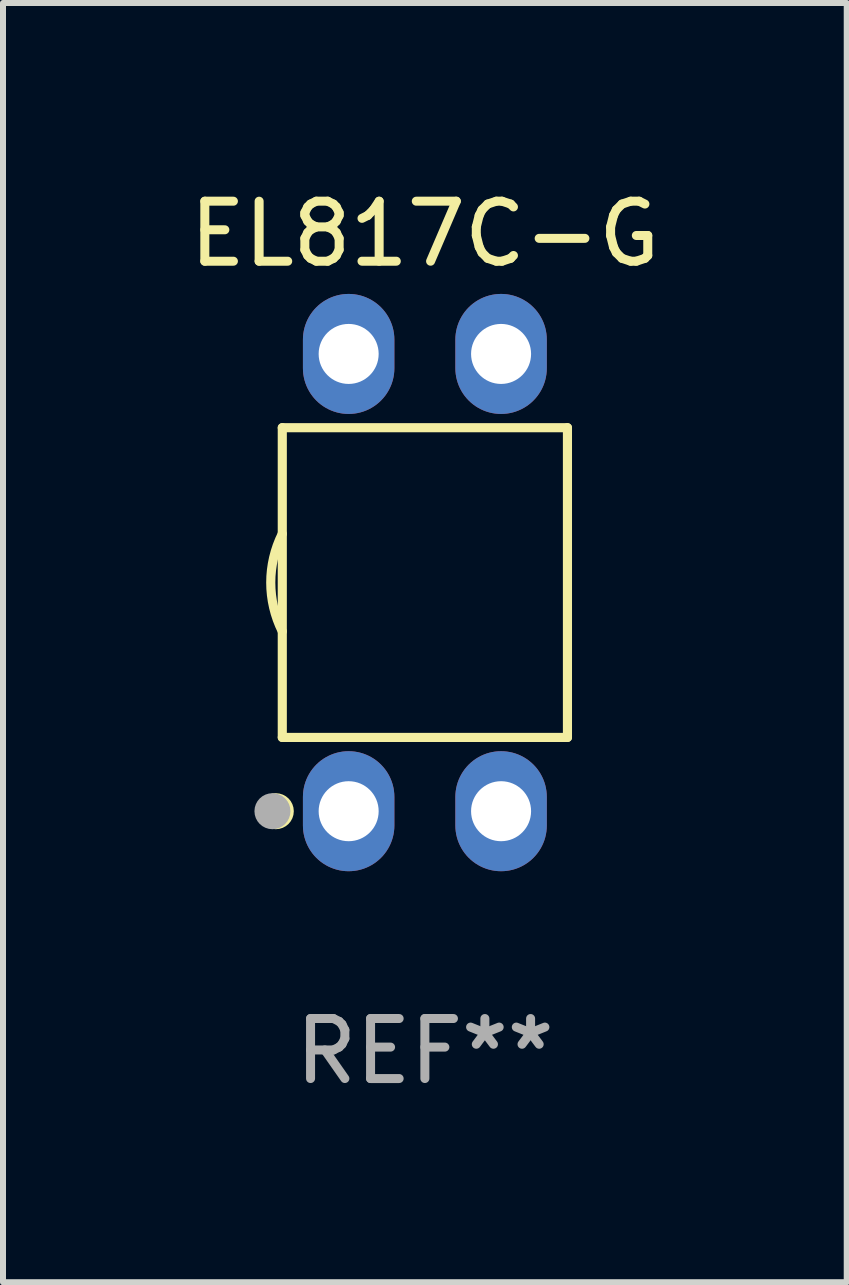
<source format=kicad_pcb>
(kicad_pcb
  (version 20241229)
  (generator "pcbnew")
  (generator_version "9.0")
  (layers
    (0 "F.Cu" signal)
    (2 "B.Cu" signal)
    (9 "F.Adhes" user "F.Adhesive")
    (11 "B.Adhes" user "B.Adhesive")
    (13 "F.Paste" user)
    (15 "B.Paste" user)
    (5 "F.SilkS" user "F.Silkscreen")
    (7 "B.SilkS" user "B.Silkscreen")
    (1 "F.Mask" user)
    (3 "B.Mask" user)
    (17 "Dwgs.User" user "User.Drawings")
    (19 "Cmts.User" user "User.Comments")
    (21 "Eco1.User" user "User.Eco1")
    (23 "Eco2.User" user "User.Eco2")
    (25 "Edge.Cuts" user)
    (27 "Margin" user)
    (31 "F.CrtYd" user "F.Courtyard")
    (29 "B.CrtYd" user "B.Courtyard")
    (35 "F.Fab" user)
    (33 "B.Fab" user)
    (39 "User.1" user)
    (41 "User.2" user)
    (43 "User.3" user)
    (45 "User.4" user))
  (footprint "EL817C-G"
    (layer "F.Cu")
    (at 4.03 6.658)
    (property "Reference" "EL817C-G" (at 0 -5.81 0) (layer "F.SilkS") (effects (font (size 1 1) (thickness 0.15))))
    (attr through_hole)
    (fp_line (start -2.376 -2.581) (end 2.376 -2.581) (stroke (width 0.152) (type solid)) (layer "F.SilkS"))
    (fp_line (start -2.376 2.581) (end -2.376 -2.581) (stroke (width 0.152) (type solid)) (layer "F.SilkS"))
    (fp_line (start 2.376 -2.581) (end 2.376 2.581) (stroke (width 0.152) (type solid)) (layer "F.SilkS"))
    (fp_line (start 2.376 2.581) (end -2.376 2.581) (stroke (width 0.152) (type solid)) (layer "F.SilkS"))
    (fp_arc (start -2.3762 0.812496) (mid -2.568004 0) (end -2.3762 -0.812497) (stroke (width 0.1524) (type solid)) (layer "F.SilkS"))
    (fp_circle (center -2.484 3.81) (end -2.334 3.81) (stroke (width 0.3) (type solid)) (fill no) (layer "F.SilkS"))
    (fp_circle (center -2.3 3.935) (end -2.27 3.935) (stroke (width 0.06) (type solid)) (fill no) (layer "F.SilkS"))
    (fp_circle (center -2.54 3.81) (end -2.39 3.81) (stroke (width 0.3) (type solid)) (fill no) (layer "F.Fab"))
    (fp_text user "REF**" (at 0 7.81 0) (layer "F.Fab") (effects (font (size 1 1) (thickness 0.15))))
    (pad "1" thru_hole oval (at -1.27 3.81) (size 1.524 2) (drill 1) (layers "*.Cu" "*.Mask"))
    (pad "2" thru_hole oval (at 1.27 3.81) (size 1.524 2) (drill 1) (layers "*.Cu" "*.Mask"))
    (pad "3" thru_hole oval (at 1.27 -3.81) (size 1.524 2) (drill 1) (layers "*.Cu" "*.Mask"))
    (pad "4" thru_hole oval (at -1.27 -3.81) (size 1.524 2) (drill 1) (layers "*.Cu" "*.Mask")))
  (gr_rect
    (start -3 -3)
    (end 11.06 18.317)
    (stroke (width 0.1) (type default))
    (fill no)
    (layer "Edge.Cuts")))
</source>
